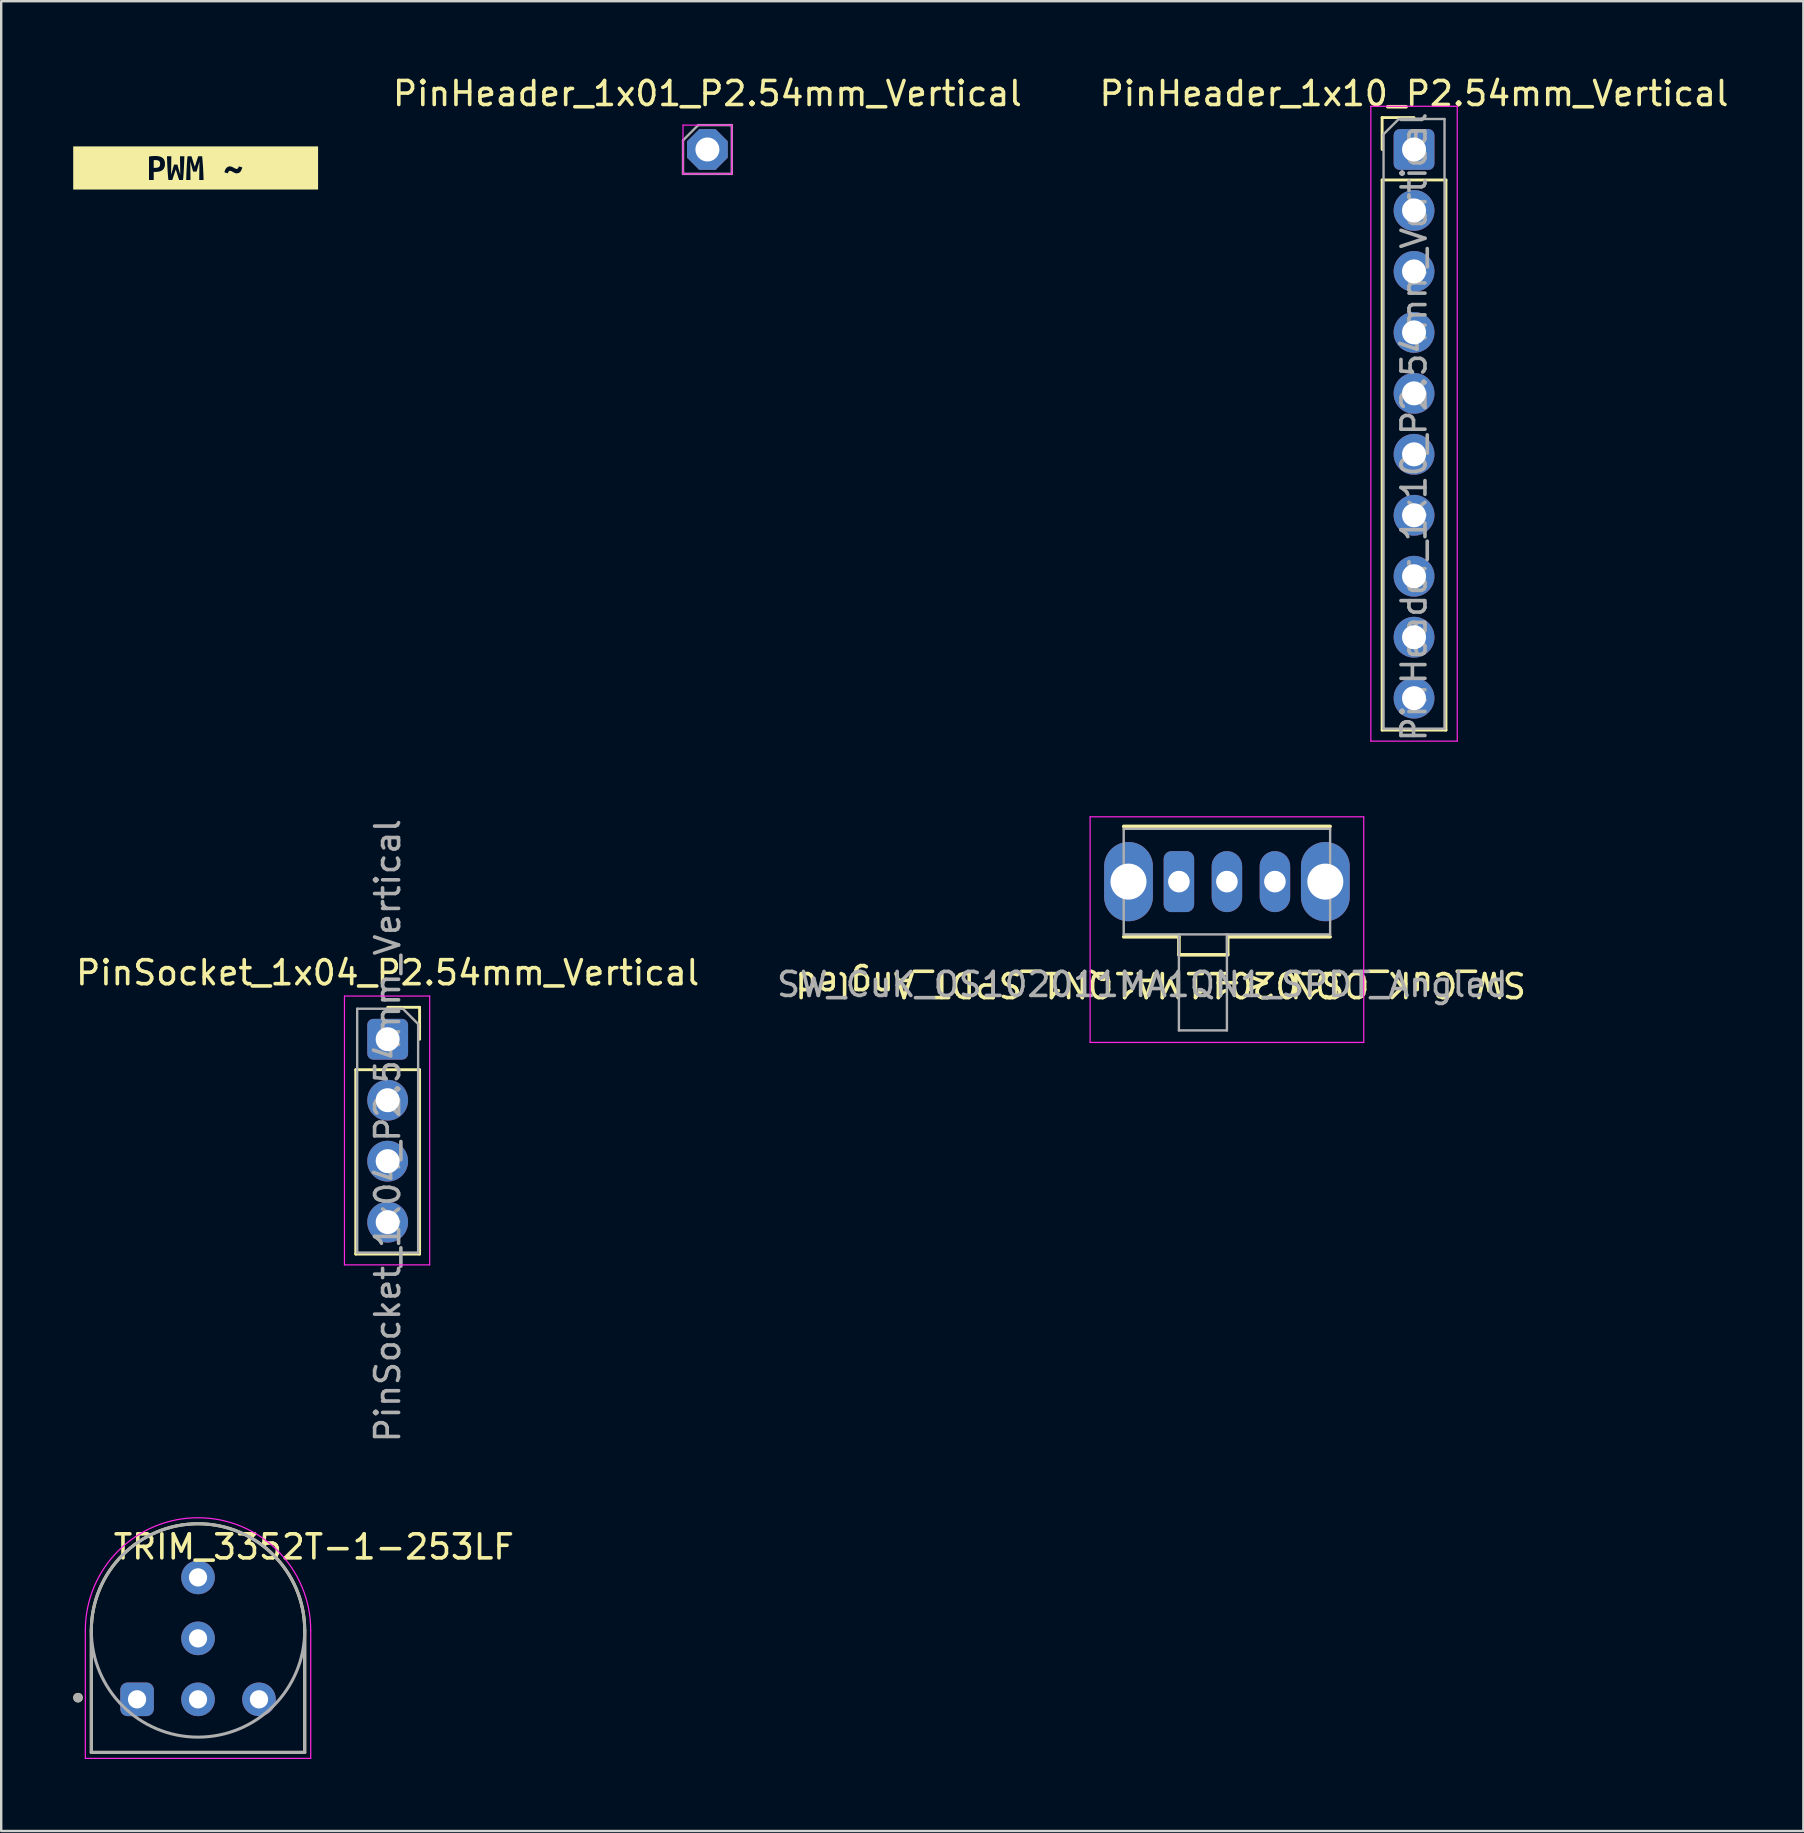
<source format=kicad_pcb>
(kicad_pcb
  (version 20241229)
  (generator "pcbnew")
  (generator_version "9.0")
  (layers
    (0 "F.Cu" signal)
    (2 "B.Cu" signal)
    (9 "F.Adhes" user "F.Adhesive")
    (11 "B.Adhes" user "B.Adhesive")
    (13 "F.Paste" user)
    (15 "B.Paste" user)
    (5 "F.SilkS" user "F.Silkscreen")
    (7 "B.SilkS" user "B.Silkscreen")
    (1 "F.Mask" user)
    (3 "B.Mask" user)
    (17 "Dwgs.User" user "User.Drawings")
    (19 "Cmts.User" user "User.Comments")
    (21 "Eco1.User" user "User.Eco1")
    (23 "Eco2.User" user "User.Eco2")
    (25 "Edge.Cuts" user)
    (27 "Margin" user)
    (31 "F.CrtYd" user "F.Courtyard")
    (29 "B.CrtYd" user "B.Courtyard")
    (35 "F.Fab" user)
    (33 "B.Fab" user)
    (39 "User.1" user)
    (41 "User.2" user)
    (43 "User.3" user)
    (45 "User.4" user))
  (footprint "kibuzzard-6640BEF1"
    (layer "F.Cu")
    (at 5.101 3.948)
    (property "Reference" "kibuzzard-6640BEF1" (at 0 -3.947 0) (layer "F.SilkS") (effects (font (size 0.001 0.001) (thickness 0.15))))
    (attr board_only exclude_from_pos_files exclude_from_bom)
    (fp_poly (pts (xy -1.649 -0.329) (xy -1.698 -0.328) (xy -1.747 -0.324) (xy -1.747 -0.005) (xy -1.667 -0.005) (xy -1.584 -0.014) (xy -1.525 -0.042) (xy -1.489 -0.093) (xy -1.477 -0.171) (xy -1.489 -0.245) (xy -1.524 -0.293) (xy -1.579 -0.32) (xy -1.649 -0.329)) (stroke (width 0) (type solid)) (fill yes) (layer "F.SilkS"))
    (fp_poly (pts (xy -4.701 -0.899) (xy -5.101 -0.899) (xy -5.101 0.899) (xy -4.701 0.899) (xy -1.747 0.899) (xy -1.747 0.5) (xy -1.943 0.5) (xy -1.943 -0.476) (xy -1.879 -0.487) (xy -1.806 -0.494) (xy -1.734 -0.498) (xy -1.672 -0.5) (xy -1.555 -0.491) (xy -1.458 -0.466) (xy -1.379 -0.423) (xy -1.322 -0.36) (xy -1.287 -0.276) (xy -1.276 -0.169) (xy -1.287 -0.062) (xy -1.322 0.023) (xy -1.38 0.087) (xy -1.46 0.131) (xy -1.558 0.157) (xy -1.677 0.166) (xy -1.747 0.166) (xy -1.747 0.5) (xy -1.747 0.899) (xy -0.525 0.899) (xy -0.525 0.5) (xy -0.688 0.5) (xy -0.723 0.396) (xy -0.758 0.284) (xy -0.793 0.17) (xy -0.828 0.062) (xy -0.864 0.167) (xy -0.902 0.281) (xy -0.938 0.395) (xy -0.972 0.5) (xy -1.135 0.5) (xy -1.147 0.386) (xy -1.157 0.266) (xy -1.166 0.141) (xy -1.174 0.015) (xy -1.181 -0.112) (xy -1.186 -0.24) (xy -1.19 -0.367) (xy -1.194 -0.489) (xy -1.012 -0.489) (xy -1.014 -0.393) (xy -1.015 -0.294) (xy -1.017 -0.193) (xy -1.018 -0.093) (xy -1.02 0.005) (xy -1.022 0.101) (xy -1.023 0.193) (xy -1.023 0.28) (xy -0.99 0.168) (xy -0.955 0.048) (xy -0.924 -0.061) (xy -0.902 -0.139) (xy -0.758 -0.139) (xy -0.739 -0.064) (xy -0.711 0.035) (xy -0.677 0.152) (xy -0.641 0.28) (xy -0.642 0.193) (xy -0.643 0.101) (xy -0.645 0.005) (xy -0.646 -0.093) (xy -0.648 -0.192) (xy -0.649 -0.293) (xy -0.651 -0.393) (xy -0.651 -0.489) (xy -0.469 -0.489) (xy -0.474 -0.366) (xy -0.478 -0.239) (xy -0.484 -0.111) (xy -0.49 0.017) (xy -0.497 0.143) (xy -0.505 0.267) (xy -0.514 0.387) (xy -0.525 0.5) (xy -0.525 0.899) (xy 0.33 0.899) (xy 0.33 0.5) (xy 0.149 0.5) (xy 0.159 -0.268) (xy 0.038 0.15) (xy -0.106 0.15) (xy -0.223 -0.268) (xy -0.215 0.5) (xy -0.395 0.5) (xy -0.39 0.376) (xy -0.385 0.248) (xy -0.379 0.117) (xy -0.373 -0.013) (xy -0.366 -0.14) (xy -0.358 -0.264) (xy -0.348 -0.381) (xy -0.338 -0.489) (xy -0.175 -0.489) (xy -0.147 -0.403) (xy -0.111 -0.289) (xy -0.073 -0.166) (xy -0.036 -0.051) (xy 0.004 -0.173) (xy 0.044 -0.295) (xy 0.079 -0.404) (xy 0.108 -0.489) (xy 0.271 -0.489) (xy 0.282 -0.361) (xy 0.292 -0.236) (xy 0.302 -0.114) (xy 0.31 0.007) (xy 0.316 0.128) (xy 0.322 0.25) (xy 0.326 0.374) (xy 0.33 0.5) (xy 0.33 0.899) (xy 1.716 0.899) (xy 1.716 0.227) (xy 1.636 0.21) (xy 1.563 0.173) (xy 1.495 0.135) (xy 1.432 0.118) (xy 1.407 0.121) (xy 1.384 0.135) (xy 1.363 0.166) (xy 1.344 0.222) (xy 1.199 0.182) (xy 1.221 0.098) (xy 1.264 0.018) (xy 1.33 -0.044) (xy 1.426 -0.069) (xy 1.505 -0.052) (xy 1.577 -0.014) (xy 1.645 0.023) (xy 1.708 0.04) (xy 1.733 0.037) (xy 1.756 0.022) (xy 1.778 -0.01) (xy 1.798 -0.065) (xy 1.943 -0.026) (xy 1.92 0.058) (xy 1.878 0.14) (xy 1.812 0.202) (xy 1.716 0.227) (xy 1.716 0.899) (xy 4.701 0.899) (xy 5.101 0.899) (xy 5.101 -0.899) (xy 4.701 -0.899) (xy -4.701 -0.899)) (stroke (width 0) (type solid)) (fill yes) (layer "F.SilkS")))
  (footprint "PinHeader_1x10_P2.54mm_Vertical"
    (layer "F.Cu")
    (at 55.862 3.178)
    (property "Reference" "PinHeader_1x10_P2.54mm_Vertical" (at 0 -2.33 180) (layer "F.SilkS") (effects (font (size 1 1) (thickness 0.15))))
    (attr through_hole)
    (fp_line (start -1.33 -1.33) (end 0 -1.33) (stroke (width 0.12) (type solid)) (layer "F.SilkS"))
    (fp_line (start -1.33 0) (end -1.33 -1.33) (stroke (width 0.12) (type solid)) (layer "F.SilkS"))
    (fp_line (start -1.33 1.27) (end -1.33 24.19) (stroke (width 0.12) (type solid)) (layer "F.SilkS"))
    (fp_line (start -1.33 1.27) (end 1.33 1.27) (stroke (width 0.12) (type solid)) (layer "F.SilkS"))
    (fp_line (start -1.33 24.19) (end 1.33 24.19) (stroke (width 0.12) (type solid)) (layer "F.SilkS"))
    (fp_line (start 1.33 1.27) (end 1.33 24.19) (stroke (width 0.12) (type solid)) (layer "F.SilkS"))
    (fp_line (start -1.8 -1.8) (end -1.8 24.65) (stroke (width 0.05) (type solid)) (layer "F.CrtYd"))
    (fp_line (start -1.8 24.65) (end 1.8 24.65) (stroke (width 0.05) (type solid)) (layer "F.CrtYd"))
    (fp_line (start 1.8 -1.8) (end -1.8 -1.8) (stroke (width 0.05) (type solid)) (layer "F.CrtYd"))
    (fp_line (start 1.8 24.65) (end 1.8 -1.8) (stroke (width 0.05) (type solid)) (layer "F.CrtYd"))
    (fp_line (start -1.27 -0.635) (end -0.635 -1.27) (stroke (width 0.1) (type solid)) (layer "F.Fab"))
    (fp_line (start -1.27 24.13) (end -1.27 -0.635) (stroke (width 0.1) (type solid)) (layer "F.Fab"))
    (fp_line (start -0.635 -1.27) (end 1.27 -1.27) (stroke (width 0.1) (type solid)) (layer "F.Fab"))
    (fp_line (start 1.27 -1.27) (end 1.27 24.13) (stroke (width 0.1) (type solid)) (layer "F.Fab"))
    (fp_line (start 1.27 24.13) (end -1.27 24.13) (stroke (width 0.1) (type solid)) (layer "F.Fab"))
    (fp_text user "${REFERENCE}" (at 0 11.557 270) (layer "F.Fab") (effects (font (size 1 1) (thickness 0.15))))
    (pad "1" thru_hole roundrect (at 0 0 180) (size 1.7 1.7) (drill 1) (layers "*.Cu" "*.Mask") (roundrect_rratio 0.147))
    (pad "2" thru_hole oval (at 0 2.54 180) (size 1.7 1.7) (drill 1) (layers "*.Cu" "*.Mask"))
    (pad "3" thru_hole oval (at 0 5.08 180) (size 1.7 1.7) (drill 1) (layers "*.Cu" "*.Mask"))
    (pad "4" thru_hole oval (at 0 7.62 180) (size 1.7 1.7) (drill 1) (layers "*.Cu" "*.Mask"))
    (pad "5" thru_hole oval (at 0 10.16 180) (size 1.7 1.7) (drill 1) (layers "*.Cu" "*.Mask"))
    (pad "6" thru_hole oval (at 0 12.7 180) (size 1.7 1.7) (drill 1) (layers "*.Cu" "*.Mask"))
    (pad "7" thru_hole oval (at 0 15.24 180) (size 1.7 1.7) (drill 1) (layers "*.Cu" "*.Mask"))
    (pad "8" thru_hole oval (at 0 17.78 180) (size 1.7 1.7) (drill 1) (layers "*.Cu" "*.Mask"))
    (pad "9" thru_hole oval (at 0 20.32 180) (size 1.7 1.7) (drill 1) (layers "*.Cu" "*.Mask"))
    (pad "10" thru_hole oval (at 0 22.86 180) (size 1.7 1.7) (drill 1) (layers "*.Cu" "*.Mask")))
  (footprint "TRIM_3352T-1-253LF"
    (layer "F.Cu")
    (at 5.2 64.878)
    (property "Reference" "TRIM_3352T-1-253LF" (at 4.826 -3.48 180) (layer "F.SilkS") (effects (font (size 1 1) (thickness 0.15))))
    (attr through_hole)
    (fp_line (start -4.445 0) (end -4.445 5.08) (stroke (width 0.127) (type solid)) (layer "F.SilkS"))
    (fp_line (start -4.445 5.08) (end 4.445 5.08) (stroke (width 0.127) (type solid)) (layer "F.SilkS"))
    (fp_line (start 4.445 0) (end 4.445 5.08) (stroke (width 0.127) (type solid)) (layer "F.SilkS"))
    (fp_arc (start -4.445 0) (mid 0 -4.445) (end 4.445 0) (stroke (width 0.127) (type solid)) (layer "F.SilkS"))
    (fp_circle (center -5 2.8) (end -4.9 2.8) (stroke (width 0.2) (type solid)) (fill no) (layer "F.SilkS"))
    (fp_line (start -4.695 0) (end -4.695 5.33) (stroke (width 0.05) (type solid)) (layer "F.CrtYd"))
    (fp_line (start -4.695 5.33) (end 4.695 5.33) (stroke (width 0.05) (type solid)) (layer "F.CrtYd"))
    (fp_line (start 4.695 5.33) (end 4.695 0) (stroke (width 0.05) (type solid)) (layer "F.CrtYd"))
    (fp_arc (start -4.695 0) (mid 0 -4.695) (end 4.695 0) (stroke (width 0.05) (type solid)) (layer "F.CrtYd"))
    (fp_line (start -4.445 0) (end -4.445 5.08) (stroke (width 0.127) (type solid)) (layer "F.Fab"))
    (fp_line (start -4.445 5.08) (end 4.445 5.08) (stroke (width 0.127) (type solid)) (layer "F.Fab"))
    (fp_line (start 4.445 5.08) (end 4.445 0) (stroke (width 0.127) (type solid)) (layer "F.Fab"))
    (fp_circle (center -5 2.8) (end -4.9 2.8) (stroke (width 0.2) (type solid)) (fill no) (layer "F.Fab"))
    (fp_circle (center 0 0) (end 4.445 0) (stroke (width 0.127) (type solid)) (fill no) (layer "F.Fab"))
    (pad "1" thru_hole roundrect (at -2.54 2.87) (size 1.4 1.4) (drill 0.76) (layers "*.Cu" "*.Mask") (roundrect_rratio 0.216))
    (pad "2" thru_hole circle (at 0 -2.21) (size 1.4 1.4) (drill 0.76) (layers "*.Cu" "*.Mask"))
    (pad "2" thru_hole circle (at 0 0.33) (size 1.4 1.4) (drill 0.76) (layers "*.Cu" "*.Mask"))
    (pad "2" thru_hole circle (at 0 2.87) (size 1.4 1.4) (drill 0.76) (layers "*.Cu" "*.Mask"))
    (pad "3" thru_hole circle (at 2.54 2.87) (size 1.4 1.4) (drill 0.76) (layers "*.Cu" "*.Mask")))
  (footprint "PinHeader_1x01_P2.54mm_Vertical"
    (layer "F.Cu")
    (at 26.422 3.178)
    (property "Reference" "PinHeader_1x01_P2.54mm_Vertical" (at 0 -2.33 180) (layer "F.SilkS") (effects (font (size 1 1) (thickness 0.15))))
    (attr through_hole exclude_from_pos_files exclude_from_bom allow_missing_courtyard dnp)
    (fp_line (start -1.016 -1.016) (end -1.016 1.016) (stroke (width 0.05) (type solid)) (layer "F.CrtYd"))
    (fp_line (start -1.016 1.016) (end 1.016 1.016) (stroke (width 0.05) (type solid)) (layer "F.CrtYd"))
    (fp_line (start 1.016 -1.016) (end -1.016 -1.016) (stroke (width 0.05) (type solid)) (layer "F.CrtYd"))
    (fp_line (start 1.016 1.016) (end 1.016 -1.016) (stroke (width 0.05) (type solid)) (layer "F.CrtYd"))
    (fp_line (start -1.016 -0.381) (end -0.381 -1.016) (stroke (width 0.1) (type solid)) (layer "F.Fab"))
    (fp_line (start -1.016 1.016) (end -1.016 -0.381) (stroke (width 0.1) (type solid)) (layer "F.Fab"))
    (fp_line (start -0.381 -1.016) (end 1.016 -1.016) (stroke (width 0.1) (type solid)) (layer "F.Fab"))
    (fp_line (start 1.016 -1.016) (end 1.016 1.016) (stroke (width 0.1) (type solid)) (layer "F.Fab"))
    (fp_line (start 1.016 1.016) (end -1.016 1.016) (stroke (width 0.1) (type solid)) (layer "F.Fab"))
    (pad "1" thru_hole roundrect (at 0 0 180) (size 1.7 1.7) (drill 1) (layers "*.Cu" "*.Mask") (roundrect_rratio 0) (chamfer_ratio 0.3) (chamfer top_left top_right bottom_left bottom_right)))
  (footprint "SW_CuK_OS102011MA1QN1_SPDT_Angled"
    (layer "F.Cu")
    (at 46.066 33.68)
    (property "Reference" "SW_CuK_OS102011MA1QN1_SPDT_Angled" (at -0.762 4.286 180) (unlocked yes) (layer "F.SilkS") (effects (font (size 1 1) (thickness 0.15))))
    (property "Silk" "ON <-" (at 4.064 4.286 180) (unlocked yes) (layer "F.SilkS") (effects (font (size 1 1) (thickness 0.15))))
    (attr through_hole)
    (fp_line (start -2.3 -2.3) (end 6.3 -2.3) (stroke (width 0.15) (type solid)) (layer "F.SilkS"))
    (fp_line (start -2.3 2.3) (end 0 2.3) (stroke (width 0.15) (type solid)) (layer "F.SilkS"))
    (fp_line (start 0 2.3) (end 0 3.048) (stroke (width 0.15) (type default)) (layer "F.SilkS"))
    (fp_line (start 0 3.048) (end 2.032 3.048) (stroke (width 0.15) (type default)) (layer "F.SilkS"))
    (fp_line (start 2.032 2.3) (end 2.032 3.048) (stroke (width 0.15) (type default)) (layer "F.SilkS"))
    (fp_line (start 2.032 2.3) (end 6.3 2.3) (stroke (width 0.15) (type solid)) (layer "F.SilkS"))
    (fp_line (start -3.7 -2.7) (end 7.7 -2.7) (stroke (width 0.05) (type solid)) (layer "F.CrtYd"))
    (fp_line (start -3.7 6.7) (end -3.7 -2.7) (stroke (width 0.05) (type solid)) (layer "F.CrtYd"))
    (fp_line (start 7.7 -2.7) (end 7.7 6.7) (stroke (width 0.05) (type solid)) (layer "F.CrtYd"))
    (fp_line (start 7.7 6.7) (end -3.7 6.7) (stroke (width 0.05) (type solid)) (layer "F.CrtYd"))
    (fp_line (start -2.3 -2.2) (end -2.3 2.2) (stroke (width 0.1) (type solid)) (layer "F.Fab"))
    (fp_line (start -2.3 -2.2) (end 6.3 -2.2) (stroke (width 0.1) (type solid)) (layer "F.Fab"))
    (fp_line (start -2.3 2.2) (end 6.3 2.2) (stroke (width 0.1) (type solid)) (layer "F.Fab"))
    (fp_line (start 0 6.2) (end 0 2.2) (stroke (width 0.1) (type solid)) (layer "F.Fab"))
    (fp_line (start 2 2.2) (end 2 6.2) (stroke (width 0.1) (type solid)) (layer "F.Fab"))
    (fp_line (start 2 6.2) (end 0 6.2) (stroke (width 0.1) (type solid)) (layer "F.Fab"))
    (fp_line (start 6.3 2.2) (end 6.3 -2.2) (stroke (width 0.1) (type solid)) (layer "F.Fab"))
    (fp_text user "${REFERENCE}" (at -1.524 4.286 0) (layer "F.Fab") (effects (font (size 1 1) (thickness 0.15))))
    (pad "" thru_hole oval (at -2.1 0 180) (size 2.032 3.302) (drill 1.5) (layers "*.Cu" "*.Mask"))
    (pad "" thru_hole oval (at 6.1 0 180) (size 2.032 3.302) (drill 1.5) (layers "*.Cu" "*.Mask"))
    (pad "1" thru_hole oval (at 4 0 180) (size 1.27 2.54) (drill 0.9) (layers "*.Cu" "*.Mask"))
    (pad "2" thru_hole oval (at 2 0 180) (size 1.27 2.54) (drill 0.9) (layers "*.Cu" "*.Mask"))
    (pad "3" thru_hole roundrect (at 0 0 180) (size 1.27 2.54) (drill 0.9) (layers "*.Cu" "*.Mask") (roundrect_rratio 0.25)))
  (footprint "PinSocket_1x04_P2.54mm_Vertical"
    (layer "F.Cu")
    (at 13.101 40.247)
    (property "Reference" "PinSocket_1x04_P2.54mm_Vertical" (at 0 -2.77 0) (layer "F.SilkS") (effects (font (size 1 1) (thickness 0.15))))
    (attr through_hole)
    (fp_line (start -1.33 1.27) (end -1.33 8.95) (stroke (width 0.12) (type solid)) (layer "F.SilkS"))
    (fp_line (start -1.33 1.27) (end 1.33 1.27) (stroke (width 0.12) (type solid)) (layer "F.SilkS"))
    (fp_line (start -1.33 8.95) (end 1.33 8.95) (stroke (width 0.12) (type solid)) (layer "F.SilkS"))
    (fp_line (start 0 -1.33) (end 1.33 -1.33) (stroke (width 0.12) (type solid)) (layer "F.SilkS"))
    (fp_line (start 1.33 -1.33) (end 1.33 0) (stroke (width 0.12) (type solid)) (layer "F.SilkS"))
    (fp_line (start 1.33 1.27) (end 1.33 8.95) (stroke (width 0.12) (type solid)) (layer "F.SilkS"))
    (fp_line (start -1.8 -1.8) (end 1.75 -1.8) (stroke (width 0.05) (type solid)) (layer "F.CrtYd"))
    (fp_line (start -1.8 9.4) (end -1.8 -1.8) (stroke (width 0.05) (type solid)) (layer "F.CrtYd"))
    (fp_line (start 1.75 -1.8) (end 1.75 9.4) (stroke (width 0.05) (type solid)) (layer "F.CrtYd"))
    (fp_line (start 1.75 9.4) (end -1.8 9.4) (stroke (width 0.05) (type solid)) (layer "F.CrtYd"))
    (fp_line (start -1.27 -1.27) (end 0.635 -1.27) (stroke (width 0.1) (type solid)) (layer "F.Fab"))
    (fp_line (start -1.27 8.89) (end -1.27 -1.27) (stroke (width 0.1) (type solid)) (layer "F.Fab"))
    (fp_line (start 0.635 -1.27) (end 1.27 -0.635) (stroke (width 0.1) (type solid)) (layer "F.Fab"))
    (fp_line (start 1.27 -0.635) (end 1.27 8.89) (stroke (width 0.1) (type solid)) (layer "F.Fab"))
    (fp_line (start 1.27 8.89) (end -1.27 8.89) (stroke (width 0.1) (type solid)) (layer "F.Fab"))
    (fp_text user "${REFERENCE}" (at 0 3.81 270) (layer "F.Fab") (effects (font (size 1 1) (thickness 0.15))))
    (pad "1" thru_hole roundrect (at 0 0 180) (size 1.7 1.7) (drill 1) (layers "*.Cu" "*.Mask") (roundrect_rratio 0.147))
    (pad "2" thru_hole oval (at 0 2.54 180) (size 1.7 1.7) (drill 1) (layers "*.Cu" "*.Mask"))
    (pad "3" thru_hole oval (at 0 5.08 180) (size 1.7 1.7) (drill 1) (layers "*.Cu" "*.Mask"))
    (pad "4" thru_hole oval (at 0 7.62 180) (size 1.7 1.7) (drill 1) (layers "*.Cu" "*.Mask")))
  (gr_rect
    (start -3 -3)
    (end 72.082 73.233)
    (stroke (width 0.1) (type default))
    (fill no)
    (layer "Edge.Cuts")))
</source>
